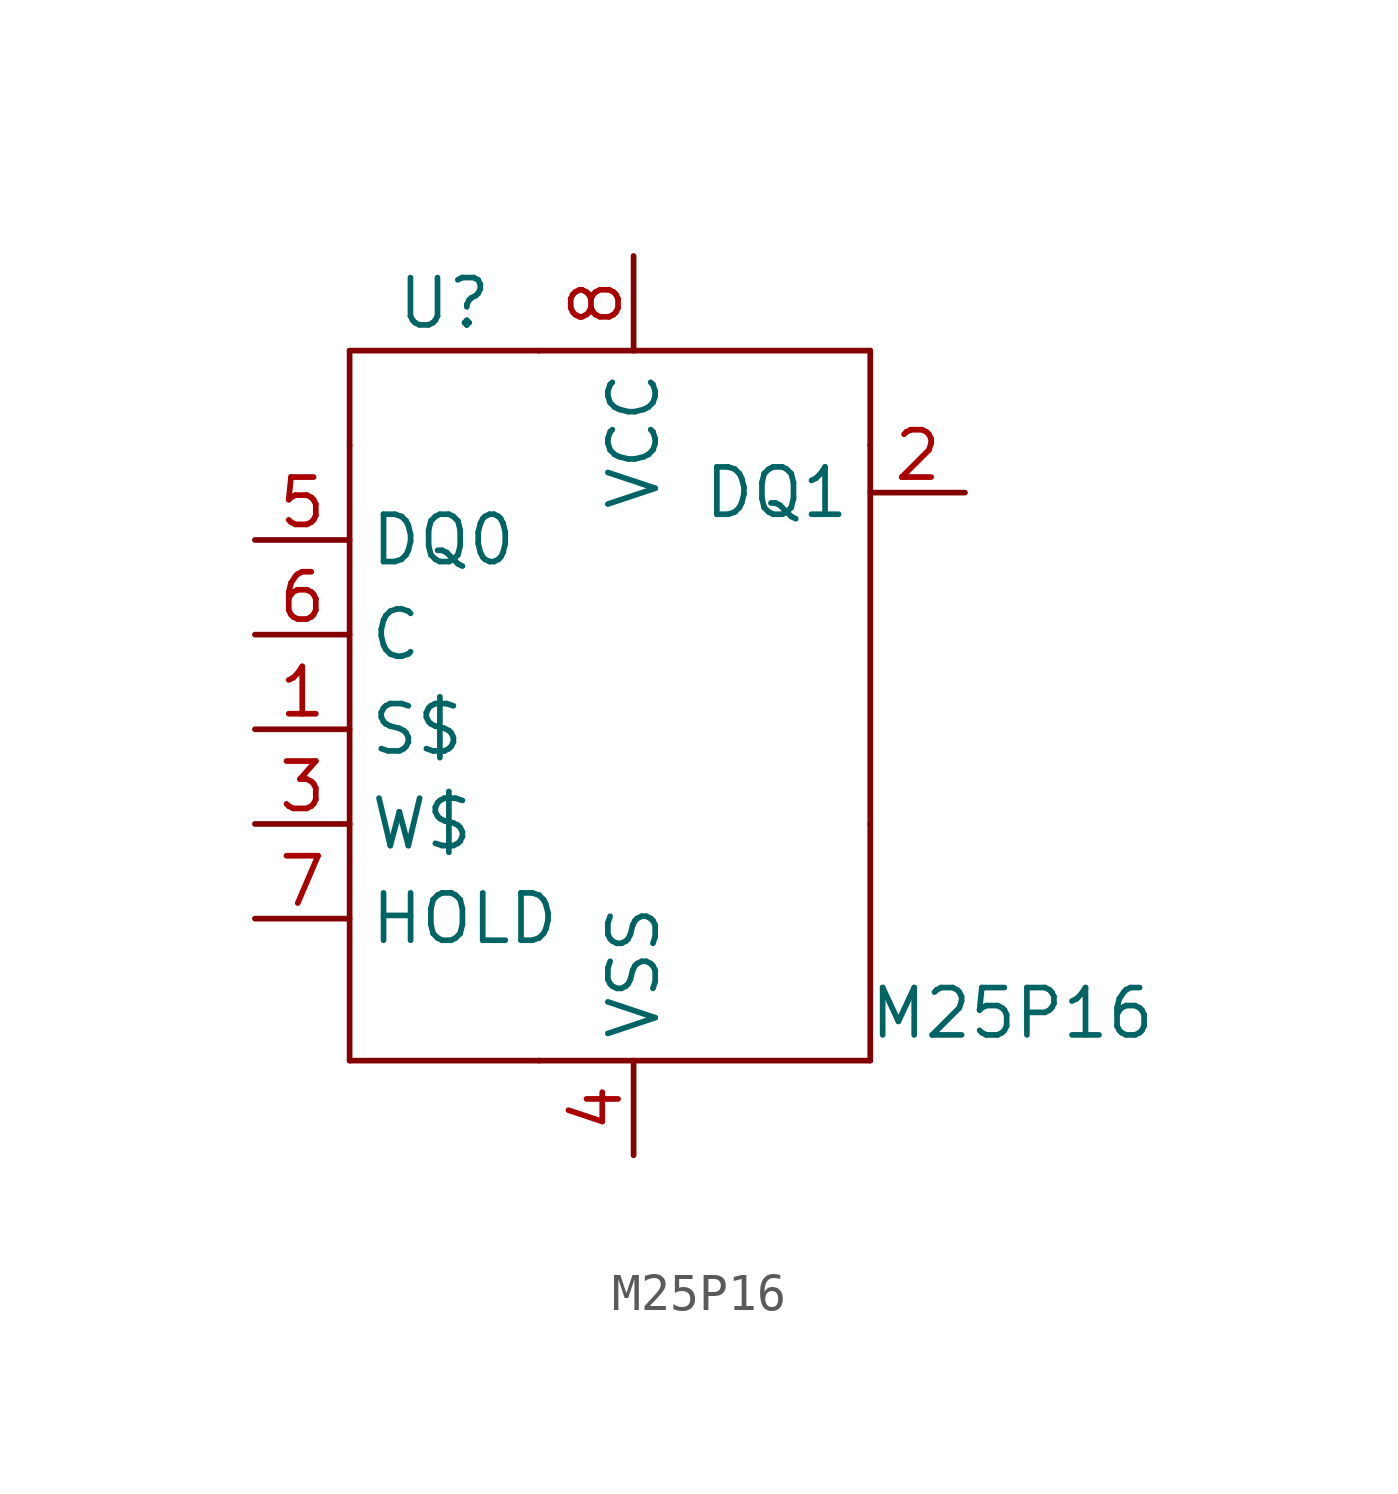
<source format=kicad_sym>
(kicad_symbol_lib
  (version 20211014)
  (generator kicad_symbol_editor)
  (symbol "M25P16"
    (property "Reference" "U"
      (at -6.35 11.43 0)
      (effects (font (size 1.27 1.27))))
    (property "Value" "M25P16"
      (at 8.89 -7.62 0)
      (effects (font (size 1.27 1.27))))
    (symbol "M25P16_0_1"
      (rectangle (start -8.89 -2.54) (end -8.89 -8.89) (stroke (width 0) (type default) (color 0 0 0 0)) (fill (type none)))
      (rectangle (start -8.89 7.62) (end -8.89 -2.54) (stroke (width 0) (type default) (color 0 0 0 0)) (fill (type none)))
      (rectangle (start -8.89 10.16) (end -8.89 7.62) (stroke (width 0) (type default) (color 0 0 0 0)) (fill (type none)))
      (rectangle (start -3.81 -8.89) (end -8.89 -8.89) (stroke (width 0) (type default) (color 0 0 0 0)) (fill (type none)))
      (rectangle (start -3.81 -8.89) (end 5.08 -8.89) (stroke (width 0) (type default) (color 0 0 0 0)) (fill (type none)))
      (rectangle (start -3.81 10.16) (end -8.89 10.16) (stroke (width 0) (type default) (color 0 0 0 0)) (fill (type none)))
      (rectangle (start 5.08 -2.54) (end 5.08 -8.89) (stroke (width 0) (type default) (color 0 0 0 0)) (fill (type none)))
      (rectangle (start 5.08 7.62) (end 5.08 -2.54) (stroke (width 0) (type default) (color 0 0 0 0)) (fill (type none)))
      (rectangle (start 5.08 10.16) (end -3.81 10.16) (stroke (width 0) (type default) (color 0 0 0 0)) (fill (type none)))
      (rectangle (start 5.08 10.16) (end 5.08 7.62) (stroke (width 0) (type default) (color 0 0 0 0)) (fill (type none))))
    (symbol "M25P16_1_1"
      (pin input line (at -11.43 0 0) (length 2.54) (name "S$" (effects (font (size 1.27 1.27)))) (number "1" (effects (font (size 1.27 1.27)))))
      (pin output line (at 7.62 6.35 180) (length 2.54) (name "DQ1" (effects (font (size 1.27 1.27)))) (number "2" (effects (font (size 1.27 1.27)))))
      (pin input line (at -11.43 -2.54 0) (length 2.54) (name "W$" (effects (font (size 1.27 1.27)))) (number "3" (effects (font (size 1.27 1.27)))))
      (pin power_in line (at -1.27 -11.43 90) (length 2.54) (name "VSS" (effects (font (size 1.27 1.27)))) (number "4" (effects (font (size 1.27 1.27)))))
      (pin input line (at -11.43 5.08 0) (length 2.54) (name "DQ0" (effects (font (size 1.27 1.27)))) (number "5" (effects (font (size 1.27 1.27)))))
      (pin input line (at -11.43 2.54 0) (length 2.54) (name "C" (effects (font (size 1.27 1.27)))) (number "6" (effects (font (size 1.27 1.27)))))
      (pin input line (at -11.43 -5.08 0) (length 2.54) (name "HOLD" (effects (font (size 1.27 1.27)))) (number "7" (effects (font (size 1.27 1.27)))))
      (pin input line (at -1.27 12.7 270) (length 2.54) (name "VCC" (effects (font (size 1.27 1.27)))) (number "8" (effects (font (size 1.27 1.27))))))))
</source>
